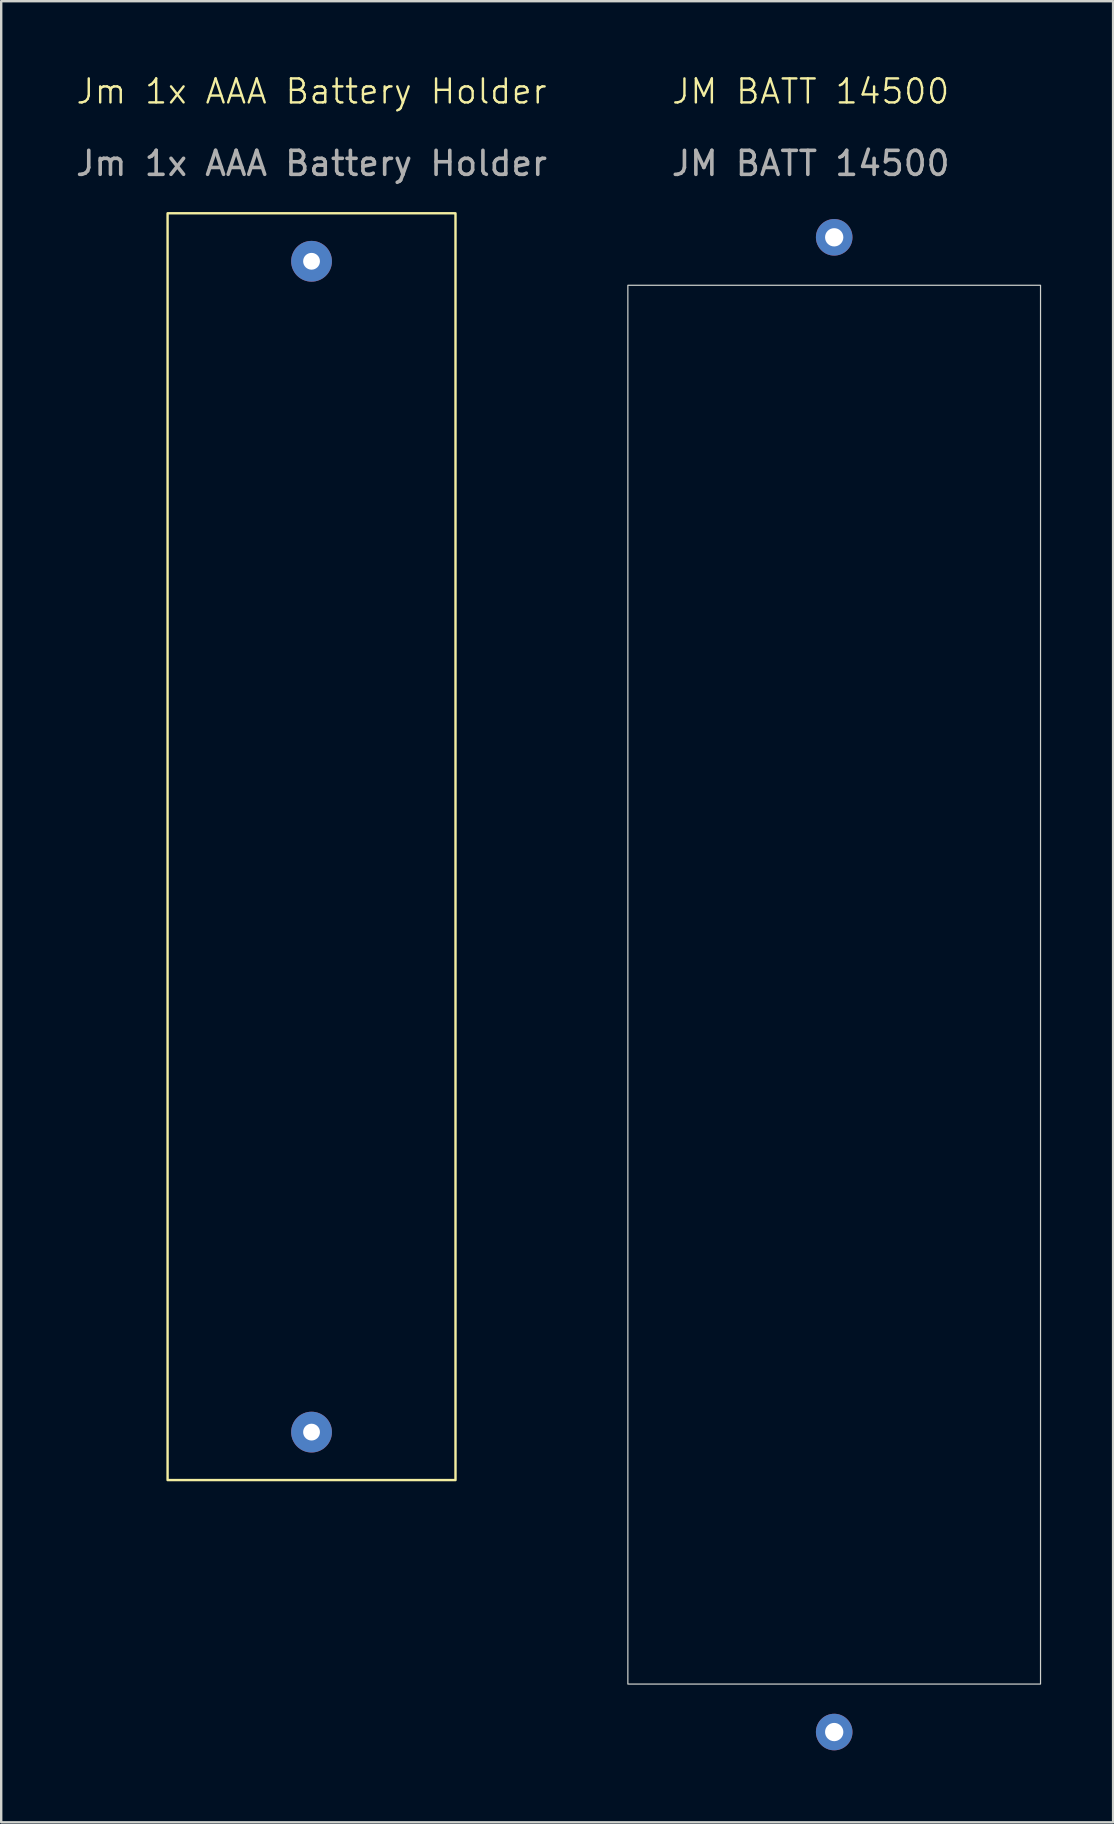
<source format=kicad_pcb>
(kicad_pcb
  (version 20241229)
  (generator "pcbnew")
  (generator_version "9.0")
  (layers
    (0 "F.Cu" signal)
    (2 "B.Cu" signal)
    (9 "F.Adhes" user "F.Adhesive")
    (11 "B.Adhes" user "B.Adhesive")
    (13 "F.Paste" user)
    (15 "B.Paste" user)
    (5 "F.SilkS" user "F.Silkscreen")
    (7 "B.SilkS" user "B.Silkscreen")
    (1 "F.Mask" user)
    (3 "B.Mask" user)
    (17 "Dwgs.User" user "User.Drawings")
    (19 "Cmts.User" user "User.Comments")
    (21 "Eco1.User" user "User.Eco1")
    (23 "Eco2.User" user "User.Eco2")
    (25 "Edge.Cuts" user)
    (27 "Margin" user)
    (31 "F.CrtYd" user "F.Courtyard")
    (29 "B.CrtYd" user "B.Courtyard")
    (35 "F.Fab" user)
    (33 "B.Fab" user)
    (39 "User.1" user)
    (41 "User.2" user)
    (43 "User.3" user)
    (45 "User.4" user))
  (footprint "Jm 1x AAA Battery Holder"
    (layer "F.Cu")
    (at 9.935 5.84)
    (property "Reference" "Jm 1x AAA Battery Holder" (at 0 -5.08 0) (unlocked yes) (layer "F.SilkS") (effects (font (size 1 1) (thickness 0.1))))
    (attr through_hole)
    (fp_rect (start -6 0) (end 6 52.8) (stroke (width 0.1) (type default)) (fill no) (layer "F.SilkS"))
    (fp_text user "${REFERENCE}" (at 0 -2.08 0) (unlocked yes) (layer "F.Fab") (effects (font (size 1 1) (thickness 0.15))))
    (pad "1" thru_hole circle (at 0 2) (size 1.7 1.7) (drill 0.7) (layers "*.Cu" "*.Mask"))
    (pad "2" thru_hole circle (at 0 50.8) (size 1.7 1.7) (drill 0.7) (layers "*.Cu" "*.Mask")))
  (footprint "JM BATT 14500"
    (layer "F.Cu")
    (at 23.119 8.841)
    (property "Reference" "JM BATT 14500" (at 7.62 -8.08 0) (unlocked yes) (layer "F.SilkS") (effects (font (size 1 1) (thickness 0.1))))
    (attr through_hole)
    (fp_rect (start 0 0) (end 17.2 58.3) (stroke (width 0.05) (type default)) (fill no) (layer "Edge.Cuts"))
    (fp_text user "${REFERENCE}" (at 7.62 -5.08 0) (unlocked yes) (layer "F.Fab") (effects (font (size 1 1) (thickness 0.15))))
    (pad "1" thru_hole circle (at 8.6 -2) (size 1.524 1.524) (drill 0.762) (layers "*.Cu" "*.Mask"))
    (pad "2" thru_hole circle (at 8.6 60.3) (size 1.524 1.524) (drill oval 0.762) (layers "*.Cu" "*.Mask")))
  (gr_rect
    (start -3 -3)
    (end 43.344 72.903)
    (stroke (width 0.1) (type default))
    (fill no)
    (layer "Edge.Cuts")))
</source>
